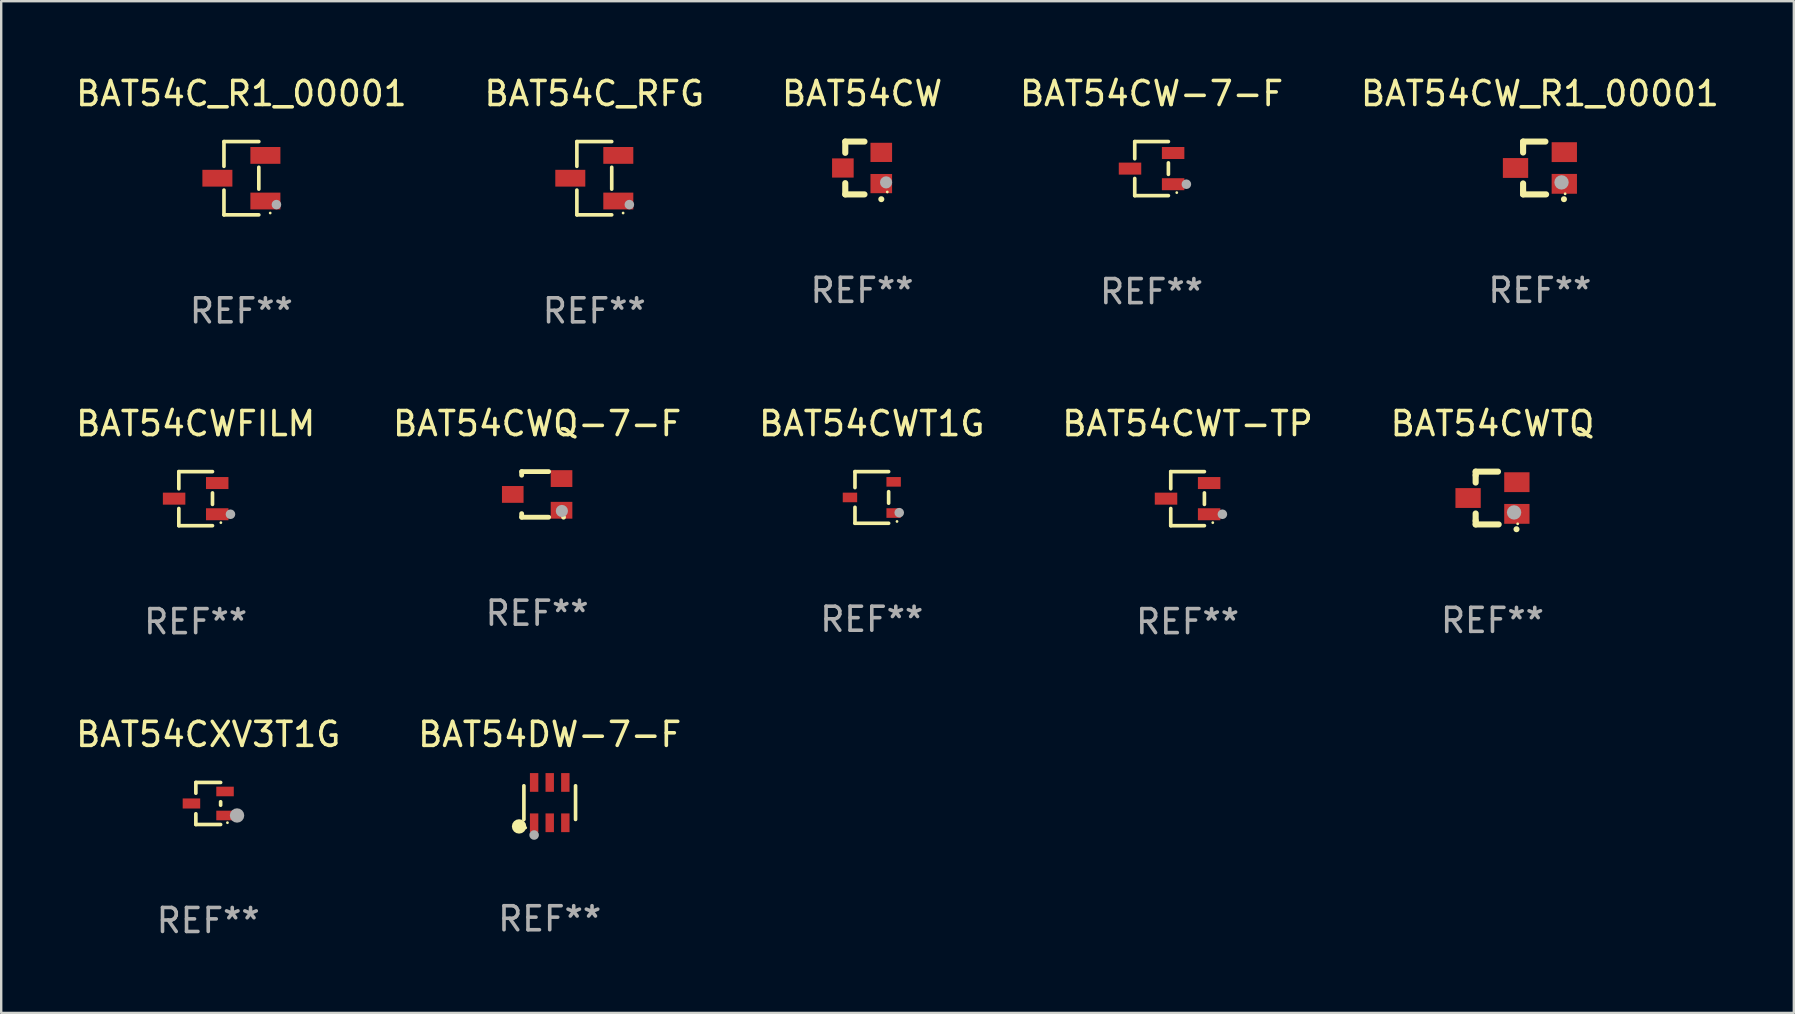
<source format=kicad_pcb>
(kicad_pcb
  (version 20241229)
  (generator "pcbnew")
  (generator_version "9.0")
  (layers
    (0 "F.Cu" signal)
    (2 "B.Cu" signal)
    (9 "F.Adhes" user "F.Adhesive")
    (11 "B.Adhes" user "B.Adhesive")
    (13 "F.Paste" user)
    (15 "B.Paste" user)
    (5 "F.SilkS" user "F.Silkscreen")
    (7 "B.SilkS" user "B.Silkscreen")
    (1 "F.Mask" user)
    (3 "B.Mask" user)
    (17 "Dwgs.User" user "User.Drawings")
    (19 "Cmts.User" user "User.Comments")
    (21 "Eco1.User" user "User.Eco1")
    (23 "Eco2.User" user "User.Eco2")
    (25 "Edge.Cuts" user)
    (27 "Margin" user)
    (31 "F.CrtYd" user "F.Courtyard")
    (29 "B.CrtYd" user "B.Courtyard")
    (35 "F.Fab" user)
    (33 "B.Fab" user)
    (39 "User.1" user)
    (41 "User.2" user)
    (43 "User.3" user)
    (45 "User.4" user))
  (footprint "BAT54DW-7-F"
    (layer "F.Cu")
    (at 19.851 30.386)
    (property "Reference" "BAT54DW-7-F" (at 0 -2.84 0) (layer "F.SilkS") (effects (font (size 1 1) (thickness 0.15))))
    (attr through_hole)
    (fp_line (start -1.076 0.701) (end -1.076 -0.701) (stroke (width 0.152) (type solid)) (layer "F.SilkS"))
    (fp_line (start 1.076 0.701) (end 1.076 -0.701) (stroke (width 0.152) (type solid)) (layer "F.SilkS"))
    (fp_circle (center -1.277 0.992) (end -1.127 0.992) (stroke (width 0.3) (type solid)) (fill no) (layer "F.SilkS"))
    (fp_circle (center -1 1.05) (end -0.97 1.05) (stroke (width 0.06) (type solid)) (fill no) (layer "F.SilkS"))
    (fp_circle (center -0.65 1.35) (end -0.55 1.35) (stroke (width 0.2) (type solid)) (fill no) (layer "F.Fab"))
    (fp_text user "REF**" (at 0 4.84 0) (layer "F.Fab") (effects (font (size 1 1) (thickness 0.15))))
    (pad "1" smd rect (at -0.65 0.84) (size 0.35 0.78) (layers "F.Cu" "F.Mask" "F.Paste"))
    (pad "2" smd rect (at 0 0.84) (size 0.35 0.78) (layers "F.Cu" "F.Mask" "F.Paste"))
    (pad "3" smd rect (at 0.65 0.84) (size 0.35 0.78) (layers "F.Cu" "F.Mask" "F.Paste"))
    (pad "4" smd rect (at 0.65 -0.84) (size 0.35 0.78) (layers "F.Cu" "F.Mask" "F.Paste"))
    (pad "5" smd rect (at 0 -0.84) (size 0.35 0.78) (layers "F.Cu" "F.Mask" "F.Paste"))
    (pad "6" smd rect (at -0.65 -0.84) (size 0.35 0.78) (layers "F.Cu" "F.Mask" "F.Paste")))
  (footprint "BAT54CWFILM"
    (layer "F.Cu")
    (at 5.101 17.723)
    (property "Reference" "BAT54CWFILM" (at 0 -3.126 0) (layer "F.SilkS") (effects (font (size 1 1) (thickness 0.15))))
    (attr through_hole)
    (fp_line (start -0.701 -1.126) (end -0.701 -0.411) (stroke (width 0.152) (type solid)) (layer "F.SilkS"))
    (fp_line (start -0.701 1.126) (end -0.701 0.411) (stroke (width 0.152) (type solid)) (layer "F.SilkS"))
    (fp_line (start 0.701 -1.126) (end -0.701 -1.126) (stroke (width 0.152) (type solid)) (layer "F.SilkS"))
    (fp_line (start 0.701 -0.239) (end 0.701 0.239) (stroke (width 0.152) (type solid)) (layer "F.SilkS"))
    (fp_line (start 0.701 1.126) (end -0.701 1.126) (stroke (width 0.152) (type solid)) (layer "F.SilkS"))
    (fp_circle (center 1.05 1) (end 1.08 1) (stroke (width 0.06) (type solid)) (fill no) (layer "F.SilkS"))
    (fp_circle (center 1.45 0.65) (end 1.55 0.65) (stroke (width 0.2) (type solid)) (fill no) (layer "F.Fab"))
    (fp_text user "REF**" (at 0 5.126 0) (layer "F.Fab") (effects (font (size 1 1) (thickness 0.15))))
    (pad "1" smd rect (at 0.898 0.65) (size 0.936 0.5) (layers "F.Cu" "F.Mask" "F.Paste"))
    (pad "2" smd rect (at 0.898 -0.65) (size 0.936 0.5) (layers "F.Cu" "F.Mask" "F.Paste"))
    (pad "3" smd rect (at -0.898 0) (size 0.936 0.5) (layers "F.Cu" "F.Mask" "F.Paste")))
  (footprint "BAT54CW_R1_00001"
    (layer "F.Cu")
    (at 61.101 3.948)
    (property "Reference" "BAT54CW_R1_00001" (at 0 -3.1 0) (layer "F.SilkS") (effects (font (size 1 1) (thickness 0.15))))
    (attr through_hole)
    (fp_line (start -0.701 -0.95) (end -0.701 -1.1) (stroke (width 0.254) (type solid)) (layer "F.SilkS"))
    (fp_line (start -0.701 -0.644) (end -0.701 -0.95) (stroke (width 0.254) (type solid)) (layer "F.SilkS"))
    (fp_line (start -0.701 0.95) (end -0.701 0.644) (stroke (width 0.254) (type solid)) (layer "F.SilkS"))
    (fp_line (start -0.701 0.95) (end -0.701 1.1) (stroke (width 0.254) (type solid)) (layer "F.SilkS"))
    (fp_line (start -0.7 -1.1) (end 0.23 -1.1) (stroke (width 0.254) (type solid)) (layer "F.SilkS"))
    (fp_line (start -0.7 1.1) (end 0.258 1.1) (stroke (width 0.254) (type solid)) (layer "F.SilkS"))
    (fp_arc (start 1 1.3) (mid 1.00127 1.299994) (end 1.00254 1.3) (stroke (width 0.24892) (type solid)) (layer "F.SilkS"))
    (fp_circle (center 1.05 1.075) (end 1.08 1.075) (stroke (width 0.06) (type solid)) (fill no) (layer "F.SilkS"))
    (fp_circle (center 0.9 0.6) (end 1.05 0.6) (stroke (width 0.3) (type solid)) (fill no) (layer "F.Fab"))
    (fp_text user "REF**" (at 0 5.1 0) (layer "F.Fab") (effects (font (size 1 1) (thickness 0.15))))
    (pad "1" smd rect (at 1.016 0.66) (size 1.054 0.826) (layers "F.Cu" "F.Mask" "F.Paste"))
    (pad "2" smd rect (at 1.016 -0.66) (size 1.054 0.826) (layers "F.Cu" "F.Mask" "F.Paste"))
    (pad "3" smd rect (at -1.016 0) (size 1.054 0.826) (layers "F.Cu" "F.Mask" "F.Paste")))
  (footprint "BAT54CWQ-7-F"
    (layer "F.Cu")
    (at 19.327 17.547)
    (property "Reference" "BAT54CWQ-7-F" (at 0 -2.95 0) (layer "F.SilkS") (effects (font (size 1 1) (thickness 0.15))))
    (attr through_hole)
    (fp_line (start -0.645 -0.95) (end 0.48 -0.95) (stroke (width 0.201) (type solid)) (layer "F.SilkS"))
    (fp_line (start -0.645 -0.8) (end -0.645 -0.95) (stroke (width 0.201) (type solid)) (layer "F.SilkS"))
    (fp_line (start -0.645 0.95) (end -0.645 0.8) (stroke (width 0.201) (type solid)) (layer "F.SilkS"))
    (fp_line (start 0.48 0.95) (end -0.645 0.95) (stroke (width 0.201) (type solid)) (layer "F.SilkS"))
    (fp_circle (center 1.1 0.95) (end 1.15 0.95) (stroke (width 0.1) (type solid)) (fill no) (layer "F.SilkS"))
    (fp_circle (center 1.03 0.69) (end 1.157 0.69) (stroke (width 0.254) (type solid)) (fill no) (layer "F.Fab"))
    (fp_text user "REF**" (at 0 4.95 0) (layer "F.Fab") (effects (font (size 1 1) (thickness 0.15))))
    (pad "1" smd rect (at 1.016 0.66 90) (size 0.7 0.9) (layers "F.Cu" "F.Mask" "F.Paste"))
    (pad "2" smd rect (at 1.016 -0.66 90) (size 0.7 0.9) (layers "F.Cu" "F.Mask" "F.Paste"))
    (pad "3" smd rect (at -1.016 0 90) (size 0.7 0.9) (layers "F.Cu" "F.Mask" "F.Paste")))
  (footprint "BAT54CWT1G"
    (layer "F.Cu")
    (at 33.268 17.673)
    (property "Reference" "BAT54CWT1G" (at 0 -3.076 0) (layer "F.SilkS") (effects (font (size 1 1) (thickness 0.15))))
    (attr through_hole)
    (fp_line (start -0.701 -1.076) (end -0.701 -0.411) (stroke (width 0.152) (type solid)) (layer "F.SilkS"))
    (fp_line (start -0.701 1.076) (end -0.701 0.411) (stroke (width 0.152) (type solid)) (layer "F.SilkS"))
    (fp_line (start 0.701 -1.076) (end -0.701 -1.076) (stroke (width 0.152) (type solid)) (layer "F.SilkS"))
    (fp_line (start 0.701 -0.239) (end 0.701 0.239) (stroke (width 0.152) (type solid)) (layer "F.SilkS"))
    (fp_line (start 0.701 1.076) (end -0.701 1.076) (stroke (width 0.152) (type solid)) (layer "F.SilkS"))
    (fp_circle (center 1.05 1) (end 1.08 1) (stroke (width 0.06) (type solid)) (fill no) (layer "F.SilkS"))
    (fp_circle (center 1.143 0.635) (end 1.243 0.635) (stroke (width 0.2) (type solid)) (fill no) (layer "F.Fab"))
    (fp_text user "REF**" (at 0 5.076 0) (layer "F.Fab") (effects (font (size 1 1) (thickness 0.15))))
    (pad "1" smd rect (at 0.91 0.65) (size 0.6 0.4) (layers "F.Cu" "F.Mask" "F.Paste"))
    (pad "2" smd rect (at 0.91 -0.65) (size 0.6 0.4) (layers "F.Cu" "F.Mask" "F.Paste"))
    (pad "3" smd rect (at -0.91 0) (size 0.6 0.4) (layers "F.Cu" "F.Mask" "F.Paste")))
  (footprint "BAT54C_RFG"
    (layer "F.Cu")
    (at 21.708 4.374)
    (property "Reference" "BAT54C_RFG" (at 0 -3.526 0) (layer "F.SilkS") (effects (font (size 1 1) (thickness 0.15))))
    (attr through_hole)
    (fp_line (start -0.726 -1.526) (end -0.726 -0.495) (stroke (width 0.152) (type solid)) (layer "F.SilkS"))
    (fp_line (start -0.726 1.526) (end -0.726 0.495) (stroke (width 0.152) (type solid)) (layer "F.SilkS"))
    (fp_line (start 0.726 -1.526) (end -0.726 -1.526) (stroke (width 0.152) (type solid)) (layer "F.SilkS"))
    (fp_line (start 0.726 -0.455) (end 0.726 0.455) (stroke (width 0.152) (type solid)) (layer "F.SilkS"))
    (fp_line (start 0.726 1.526) (end -0.726 1.526) (stroke (width 0.152) (type solid)) (layer "F.SilkS"))
    (fp_circle (center 1.2 1.45) (end 1.23 1.45) (stroke (width 0.06) (type solid)) (fill no) (layer "F.SilkS"))
    (fp_circle (center 1.46 1.1) (end 1.56 1.1) (stroke (width 0.2) (type solid)) (fill no) (layer "F.Fab"))
    (fp_text user "REF**" (at 0 5.526 0) (layer "F.Fab") (effects (font (size 1 1) (thickness 0.15))))
    (pad "1" smd rect (at 1 0.95) (size 1.25 0.7) (layers "F.Cu" "F.Mask" "F.Paste"))
    (pad "2" smd rect (at 1 -0.95) (size 1.25 0.7) (layers "F.Cu" "F.Mask" "F.Paste"))
    (pad "3" smd rect (at -1 0) (size 1.25 0.7) (layers "F.Cu" "F.Mask" "F.Paste")))
  (footprint "BAT54CW-7-F"
    (layer "F.Cu")
    (at 44.923 3.974)
    (property "Reference" "BAT54CW-7-F" (at 0 -3.126 0) (layer "F.SilkS") (effects (font (size 1 1) (thickness 0.15))))
    (attr through_hole)
    (fp_line (start -0.701 -1.126) (end -0.701 -0.411) (stroke (width 0.152) (type solid)) (layer "F.SilkS"))
    (fp_line (start -0.701 1.126) (end -0.701 0.411) (stroke (width 0.152) (type solid)) (layer "F.SilkS"))
    (fp_line (start 0.701 -1.126) (end -0.701 -1.126) (stroke (width 0.152) (type solid)) (layer "F.SilkS"))
    (fp_line (start 0.701 -0.239) (end 0.701 0.239) (stroke (width 0.152) (type solid)) (layer "F.SilkS"))
    (fp_line (start 0.701 1.126) (end -0.701 1.126) (stroke (width 0.152) (type solid)) (layer "F.SilkS"))
    (fp_circle (center 1.05 1) (end 1.08 1) (stroke (width 0.06) (type solid)) (fill no) (layer "F.SilkS"))
    (fp_circle (center 1.45 0.65) (end 1.55 0.65) (stroke (width 0.2) (type solid)) (fill no) (layer "F.Fab"))
    (fp_text user "REF**" (at 0 5.126 0) (layer "F.Fab") (effects (font (size 1 1) (thickness 0.15))))
    (pad "1" smd rect (at 0.898 0.65) (size 0.936 0.5) (layers "F.Cu" "F.Mask" "F.Paste"))
    (pad "2" smd rect (at 0.898 -0.65) (size 0.936 0.5) (layers "F.Cu" "F.Mask" "F.Paste"))
    (pad "3" smd rect (at -0.898 0) (size 0.936 0.5) (layers "F.Cu" "F.Mask" "F.Paste")))
  (footprint "BAT54CW"
    (layer "F.Cu")
    (at 32.863 3.948)
    (property "Reference" "BAT54CW" (at 0 -3.1 0) (layer "F.SilkS") (effects (font (size 1 1) (thickness 0.15))))
    (attr through_hole)
    (fp_line (start -0.7 -1.1) (end 0.1 -1.1) (stroke (width 0.254) (type solid)) (layer "F.SilkS"))
    (fp_line (start -0.7 -0.631) (end -0.7 -1.1) (stroke (width 0.254) (type solid)) (layer "F.SilkS"))
    (fp_line (start -0.7 1.1) (end -0.7 0.631) (stroke (width 0.254) (type solid)) (layer "F.SilkS"))
    (fp_line (start -0.7 1.1) (end 0.1 1.1) (stroke (width 0.254) (type solid)) (layer "F.SilkS"))
    (fp_arc (start 0.8 1.3) (mid 0.80127 1.299994) (end 0.80254 1.3) (stroke (width 0.24892) (type solid)) (layer "F.SilkS"))
    (fp_circle (center 1.05 1) (end 1.08 1) (stroke (width 0.06) (type solid)) (fill no) (layer "F.SilkS"))
    (fp_circle (center 1 0.6) (end 1.127 0.6) (stroke (width 0.254) (type solid)) (fill no) (layer "F.Fab"))
    (fp_text user "REF**" (at 0 5.1 0) (layer "F.Fab") (effects (font (size 1 1) (thickness 0.15))))
    (pad "1" smd rect (at 0.8 0.65 90) (size 0.8 0.9) (layers "F.Cu" "F.Mask" "F.Paste"))
    (pad "2" smd rect (at 0.8 -0.65 90) (size 0.8 0.9) (layers "F.Cu" "F.Mask" "F.Paste"))
    (pad "3" smd rect (at -0.8 0 90) (size 0.8 0.9) (layers "F.Cu" "F.Mask" "F.Paste")))
  (footprint "BAT54CXV3T1G"
    (layer "F.Cu")
    (at 5.625 30.422)
    (property "Reference" "BAT54CXV3T1G" (at 0 -2.876 0) (layer "F.SilkS") (effects (font (size 1 1) (thickness 0.15))))
    (attr through_hole)
    (fp_line (start -0.516 -0.876) (end -0.516 -0.429) (stroke (width 0.152) (type solid)) (layer "F.SilkS"))
    (fp_line (start -0.516 0.876) (end -0.516 0.429) (stroke (width 0.152) (type solid)) (layer "F.SilkS"))
    (fp_line (start 0.516 -0.876) (end -0.516 -0.876) (stroke (width 0.152) (type solid)) (layer "F.SilkS"))
    (fp_line (start 0.516 -0.071) (end 0.516 0.071) (stroke (width 0.152) (type solid)) (layer "F.SilkS"))
    (fp_line (start 0.516 0.876) (end -0.516 0.876) (stroke (width 0.152) (type solid)) (layer "F.SilkS"))
    (fp_circle (center 0.8 0.8) (end 0.83 0.8) (stroke (width 0.06) (type solid)) (fill no) (layer "F.SilkS"))
    (fp_circle (center 1.2 0.5) (end 1.35 0.5) (stroke (width 0.3) (type solid)) (fill no) (layer "F.Fab"))
    (fp_text user "REF**" (at 0 4.876 0) (layer "F.Fab") (effects (font (size 1 1) (thickness 0.15))))
    (pad "1" smd rect (at 0.7 0.5) (size 0.729 0.4) (layers "F.Cu" "F.Mask" "F.Paste"))
    (pad "2" smd rect (at 0.7 -0.5) (size 0.729 0.4) (layers "F.Cu" "F.Mask" "F.Paste"))
    (pad "3" smd rect (at -0.7 0) (size 0.729 0.42) (layers "F.Cu" "F.Mask" "F.Paste")))
  (footprint "BAT54C_R1_00001"
    (layer "F.Cu")
    (at 7.006 4.374)
    (property "Reference" "BAT54C_R1_00001" (at 0 -3.526 0) (layer "F.SilkS") (effects (font (size 1 1) (thickness 0.15))))
    (attr through_hole)
    (fp_line (start -0.726 -1.526) (end -0.726 -0.495) (stroke (width 0.152) (type solid)) (layer "F.SilkS"))
    (fp_line (start -0.726 1.526) (end -0.726 0.495) (stroke (width 0.152) (type solid)) (layer "F.SilkS"))
    (fp_line (start 0.726 -1.526) (end -0.726 -1.526) (stroke (width 0.152) (type solid)) (layer "F.SilkS"))
    (fp_line (start 0.726 -0.455) (end 0.726 0.455) (stroke (width 0.152) (type solid)) (layer "F.SilkS"))
    (fp_line (start 0.726 1.526) (end -0.726 1.526) (stroke (width 0.152) (type solid)) (layer "F.SilkS"))
    (fp_circle (center 1.2 1.45) (end 1.23 1.45) (stroke (width 0.06) (type solid)) (fill no) (layer "F.SilkS"))
    (fp_circle (center 1.46 1.1) (end 1.56 1.1) (stroke (width 0.2) (type solid)) (fill no) (layer "F.Fab"))
    (fp_text user "REF**" (at 0 5.526 0) (layer "F.Fab") (effects (font (size 1 1) (thickness 0.15))))
    (pad "1" smd rect (at 1 0.95) (size 1.25 0.7) (layers "F.Cu" "F.Mask" "F.Paste"))
    (pad "2" smd rect (at 1 -0.95) (size 1.25 0.7) (layers "F.Cu" "F.Mask" "F.Paste"))
    (pad "3" smd rect (at -1 0) (size 1.25 0.7) (layers "F.Cu" "F.Mask" "F.Paste")))
  (footprint "BAT54CWT-TP"
    (layer "F.Cu")
    (at 46.423 17.723)
    (property "Reference" "BAT54CWT-TP" (at 0 -3.126 0) (layer "F.SilkS") (effects (font (size 1 1) (thickness 0.15))))
    (attr through_hole)
    (fp_line (start -0.701 -1.126) (end -0.701 -0.411) (stroke (width 0.152) (type solid)) (layer "F.SilkS"))
    (fp_line (start -0.701 1.126) (end -0.701 0.411) (stroke (width 0.152) (type solid)) (layer "F.SilkS"))
    (fp_line (start 0.701 -1.126) (end -0.701 -1.126) (stroke (width 0.152) (type solid)) (layer "F.SilkS"))
    (fp_line (start 0.701 -0.239) (end 0.701 0.239) (stroke (width 0.152) (type solid)) (layer "F.SilkS"))
    (fp_line (start 0.701 1.126) (end -0.701 1.126) (stroke (width 0.152) (type solid)) (layer "F.SilkS"))
    (fp_circle (center 1.05 1) (end 1.08 1) (stroke (width 0.06) (type solid)) (fill no) (layer "F.SilkS"))
    (fp_circle (center 1.45 0.65) (end 1.55 0.65) (stroke (width 0.2) (type solid)) (fill no) (layer "F.Fab"))
    (fp_text user "REF**" (at 0 5.126 0) (layer "F.Fab") (effects (font (size 1 1) (thickness 0.15))))
    (pad "1" smd rect (at 0.898 0.65) (size 0.936 0.5) (layers "F.Cu" "F.Mask" "F.Paste"))
    (pad "2" smd rect (at 0.898 -0.65) (size 0.936 0.5) (layers "F.Cu" "F.Mask" "F.Paste"))
    (pad "3" smd rect (at -0.898 0) (size 0.936 0.5) (layers "F.Cu" "F.Mask" "F.Paste")))
  (footprint "BAT54CWTQ"
    (layer "F.Cu")
    (at 59.125 17.697)
    (property "Reference" "BAT54CWTQ" (at 0 -3.1 0) (layer "F.SilkS") (effects (font (size 1 1) (thickness 0.15))))
    (attr through_hole)
    (fp_line (start -0.701 -0.95) (end -0.701 -1.1) (stroke (width 0.254) (type solid)) (layer "F.SilkS"))
    (fp_line (start -0.701 -0.644) (end -0.701 -0.95) (stroke (width 0.254) (type solid)) (layer "F.SilkS"))
    (fp_line (start -0.701 0.95) (end -0.701 0.644) (stroke (width 0.254) (type solid)) (layer "F.SilkS"))
    (fp_line (start -0.701 0.95) (end -0.701 1.1) (stroke (width 0.254) (type solid)) (layer "F.SilkS"))
    (fp_line (start -0.7 -1.1) (end 0.23 -1.1) (stroke (width 0.254) (type solid)) (layer "F.SilkS"))
    (fp_line (start -0.7 1.1) (end 0.258 1.1) (stroke (width 0.254) (type solid)) (layer "F.SilkS"))
    (fp_arc (start 1 1.3) (mid 1.00127 1.299994) (end 1.00254 1.3) (stroke (width 0.24892) (type solid)) (layer "F.SilkS"))
    (fp_circle (center 1.05 1.075) (end 1.08 1.075) (stroke (width 0.06) (type solid)) (fill no) (layer "F.SilkS"))
    (fp_circle (center 0.9 0.6) (end 1.05 0.6) (stroke (width 0.3) (type solid)) (fill no) (layer "F.Fab"))
    (fp_text user "REF**" (at 0 5.1 0) (layer "F.Fab") (effects (font (size 1 1) (thickness 0.15))))
    (pad "1" smd rect (at 1.016 0.66) (size 1.054 0.826) (layers "F.Cu" "F.Mask" "F.Paste"))
    (pad "2" smd rect (at 1.016 -0.66) (size 1.054 0.826) (layers "F.Cu" "F.Mask" "F.Paste"))
    (pad "3" smd rect (at -1.016 0) (size 1.054 0.826) (layers "F.Cu" "F.Mask" "F.Paste")))
  (gr_rect
    (start -3 -3)
    (end 71.679 39.147)
    (stroke (width 0.1) (type default))
    (fill no)
    (layer "Edge.Cuts")))
</source>
